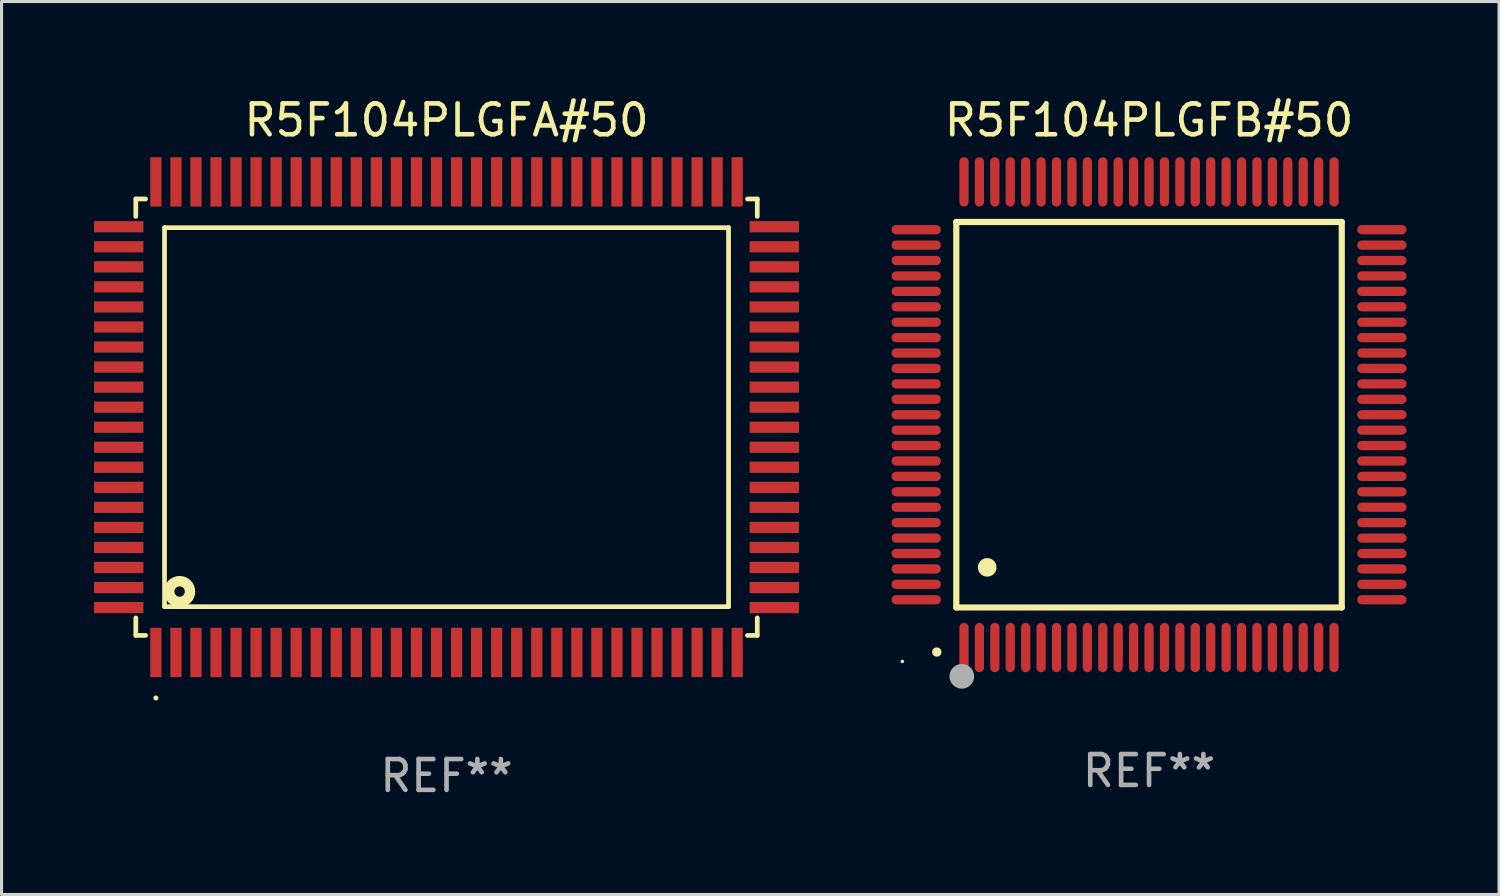
<source format=kicad_pcb>
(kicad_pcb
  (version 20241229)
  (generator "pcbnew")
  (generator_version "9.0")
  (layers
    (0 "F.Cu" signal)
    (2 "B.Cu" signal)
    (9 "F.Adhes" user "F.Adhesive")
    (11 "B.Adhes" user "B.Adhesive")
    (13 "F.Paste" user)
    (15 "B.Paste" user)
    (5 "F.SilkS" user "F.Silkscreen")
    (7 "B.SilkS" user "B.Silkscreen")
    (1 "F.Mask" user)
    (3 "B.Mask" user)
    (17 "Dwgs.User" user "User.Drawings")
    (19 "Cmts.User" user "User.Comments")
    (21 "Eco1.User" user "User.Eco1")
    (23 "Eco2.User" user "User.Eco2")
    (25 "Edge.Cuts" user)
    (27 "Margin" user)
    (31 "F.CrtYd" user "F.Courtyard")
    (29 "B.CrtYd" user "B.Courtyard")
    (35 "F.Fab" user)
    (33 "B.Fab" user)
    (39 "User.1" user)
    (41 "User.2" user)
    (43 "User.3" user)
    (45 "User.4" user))
  (footprint "R5F104PLGFA#50"
    (layer "F.Cu")
    (at 11.43 10.478)
    (property "Reference" "R5F104PLGFA#50" (at 0 -9.63 0) (layer "F.SilkS") (effects (font (size 1 1) (thickness 0.15))))
    (attr through_hole)
    (fp_line (start -10.076 -7.076) (end -10.076 -6.509) (stroke (width 0.152) (type solid)) (layer "F.SilkS"))
    (fp_line (start -10.076 7.076) (end -10.076 6.509) (stroke (width 0.152) (type solid)) (layer "F.SilkS"))
    (fp_line (start -9.759 -7.076) (end -10.076 -7.076) (stroke (width 0.152) (type solid)) (layer "F.SilkS"))
    (fp_line (start -9.759 7.076) (end -10.076 7.076) (stroke (width 0.152) (type solid)) (layer "F.SilkS"))
    (fp_line (start -9.145 -6.145) (end 9.145 -6.145) (stroke (width 0.152) (type solid)) (layer "F.SilkS"))
    (fp_line (start -9.145 6.145) (end -9.145 -6.145) (stroke (width 0.152) (type solid)) (layer "F.SilkS"))
    (fp_line (start 9.145 -6.145) (end 9.145 6.145) (stroke (width 0.152) (type solid)) (layer "F.SilkS"))
    (fp_line (start 9.145 6.145) (end -9.145 6.145) (stroke (width 0.152) (type solid)) (layer "F.SilkS"))
    (fp_line (start 9.759 -7.076) (end 10.076 -7.076) (stroke (width 0.152) (type solid)) (layer "F.SilkS"))
    (fp_line (start 9.759 7.076) (end 10.076 7.076) (stroke (width 0.152) (type solid)) (layer "F.SilkS"))
    (fp_line (start 10.076 -7.076) (end 10.076 -6.509) (stroke (width 0.152) (type solid)) (layer "F.SilkS"))
    (fp_line (start 10.076 7.076) (end 10.076 6.509) (stroke (width 0.152) (type solid)) (layer "F.SilkS"))
    (fp_circle (center -9.425 9.105) (end -9.384 9.105) (stroke (width 0.081) (type solid)) (fill no) (layer "F.SilkS"))
    (fp_circle (center -8.655 5.655) (end -8.487 5.655) (stroke (width 0.338) (type solid)) (fill no) (layer "F.SilkS"))
    (fp_text user "REF**" (at 0 11.63 0) (layer "F.Fab") (effects (font (size 1 1) (thickness 0.15))))
    (pad "1" smd rect (at -9.425 7.63) (size 0.364 1.6) (layers "F.Cu" "F.Mask" "F.Paste"))
    (pad "2" smd rect (at -8.775 7.63) (size 0.364 1.6) (layers "F.Cu" "F.Mask" "F.Paste"))
    (pad "3" smd rect (at -8.125 7.63) (size 0.364 1.6) (layers "F.Cu" "F.Mask" "F.Paste"))
    (pad "4" smd rect (at -7.475 7.63) (size 0.364 1.6) (layers "F.Cu" "F.Mask" "F.Paste"))
    (pad "5" smd rect (at -6.825 7.63) (size 0.364 1.6) (layers "F.Cu" "F.Mask" "F.Paste"))
    (pad "6" smd rect (at -6.175 7.63) (size 0.364 1.6) (layers "F.Cu" "F.Mask" "F.Paste"))
    (pad "7" smd rect (at -5.525 7.63) (size 0.364 1.6) (layers "F.Cu" "F.Mask" "F.Paste"))
    (pad "8" smd rect (at -4.875 7.63) (size 0.364 1.6) (layers "F.Cu" "F.Mask" "F.Paste"))
    (pad "9" smd rect (at -4.225 7.63) (size 0.364 1.6) (layers "F.Cu" "F.Mask" "F.Paste"))
    (pad "10" smd rect (at -3.575 7.63) (size 0.364 1.6) (layers "F.Cu" "F.Mask" "F.Paste"))
    (pad "11" smd rect (at -2.925 7.63) (size 0.364 1.6) (layers "F.Cu" "F.Mask" "F.Paste"))
    (pad "12" smd rect (at -2.275 7.63) (size 0.364 1.6) (layers "F.Cu" "F.Mask" "F.Paste"))
    (pad "13" smd rect (at -1.625 7.63) (size 0.364 1.6) (layers "F.Cu" "F.Mask" "F.Paste"))
    (pad "14" smd rect (at -0.975 7.63) (size 0.364 1.6) (layers "F.Cu" "F.Mask" "F.Paste"))
    (pad "15" smd rect (at -0.325 7.63) (size 0.364 1.6) (layers "F.Cu" "F.Mask" "F.Paste"))
    (pad "16" smd rect (at 0.325 7.63) (size 0.364 1.6) (layers "F.Cu" "F.Mask" "F.Paste"))
    (pad "17" smd rect (at 0.975 7.63) (size 0.364 1.6) (layers "F.Cu" "F.Mask" "F.Paste"))
    (pad "18" smd rect (at 1.625 7.63) (size 0.364 1.6) (layers "F.Cu" "F.Mask" "F.Paste"))
    (pad "19" smd rect (at 2.275 7.63) (size 0.364 1.6) (layers "F.Cu" "F.Mask" "F.Paste"))
    (pad "20" smd rect (at 2.925 7.63) (size 0.364 1.6) (layers "F.Cu" "F.Mask" "F.Paste"))
    (pad "21" smd rect (at 3.575 7.63) (size 0.364 1.6) (layers "F.Cu" "F.Mask" "F.Paste"))
    (pad "22" smd rect (at 4.225 7.63) (size 0.364 1.6) (layers "F.Cu" "F.Mask" "F.Paste"))
    (pad "23" smd rect (at 4.875 7.63) (size 0.364 1.6) (layers "F.Cu" "F.Mask" "F.Paste"))
    (pad "24" smd rect (at 5.525 7.63) (size 0.364 1.6) (layers "F.Cu" "F.Mask" "F.Paste"))
    (pad "25" smd rect (at 6.175 7.63) (size 0.364 1.6) (layers "F.Cu" "F.Mask" "F.Paste"))
    (pad "26" smd rect (at 6.825 7.63) (size 0.364 1.6) (layers "F.Cu" "F.Mask" "F.Paste"))
    (pad "27" smd rect (at 7.475 7.63) (size 0.364 1.6) (layers "F.Cu" "F.Mask" "F.Paste"))
    (pad "28" smd rect (at 8.125 7.63) (size 0.364 1.6) (layers "F.Cu" "F.Mask" "F.Paste"))
    (pad "29" smd rect (at 8.775 7.63) (size 0.364 1.6) (layers "F.Cu" "F.Mask" "F.Paste"))
    (pad "30" smd rect (at 9.425 7.63) (size 0.364 1.6) (layers "F.Cu" "F.Mask" "F.Paste"))
    (pad "31" smd rect (at 10.63 6.175) (size 1.6 0.364) (layers "F.Cu" "F.Mask" "F.Paste"))
    (pad "32" smd rect (at 10.63 5.525) (size 1.6 0.364) (layers "F.Cu" "F.Mask" "F.Paste"))
    (pad "33" smd rect (at 10.63 4.875) (size 1.6 0.364) (layers "F.Cu" "F.Mask" "F.Paste"))
    (pad "34" smd rect (at 10.63 4.225) (size 1.6 0.364) (layers "F.Cu" "F.Mask" "F.Paste"))
    (pad "35" smd rect (at 10.63 3.575) (size 1.6 0.364) (layers "F.Cu" "F.Mask" "F.Paste"))
    (pad "36" smd rect (at 10.63 2.925) (size 1.6 0.364) (layers "F.Cu" "F.Mask" "F.Paste"))
    (pad "37" smd rect (at 10.63 2.275) (size 1.6 0.364) (layers "F.Cu" "F.Mask" "F.Paste"))
    (pad "38" smd rect (at 10.63 1.625) (size 1.6 0.364) (layers "F.Cu" "F.Mask" "F.Paste"))
    (pad "39" smd rect (at 10.63 0.975) (size 1.6 0.364) (layers "F.Cu" "F.Mask" "F.Paste"))
    (pad "40" smd rect (at 10.63 0.325) (size 1.6 0.364) (layers "F.Cu" "F.Mask" "F.Paste"))
    (pad "41" smd rect (at 10.63 -0.325) (size 1.6 0.364) (layers "F.Cu" "F.Mask" "F.Paste"))
    (pad "42" smd rect (at 10.63 -0.975) (size 1.6 0.364) (layers "F.Cu" "F.Mask" "F.Paste"))
    (pad "43" smd rect (at 10.63 -1.625) (size 1.6 0.364) (layers "F.Cu" "F.Mask" "F.Paste"))
    (pad "44" smd rect (at 10.63 -2.275) (size 1.6 0.364) (layers "F.Cu" "F.Mask" "F.Paste"))
    (pad "45" smd rect (at 10.63 -2.925) (size 1.6 0.364) (layers "F.Cu" "F.Mask" "F.Paste"))
    (pad "46" smd rect (at 10.63 -3.575) (size 1.6 0.364) (layers "F.Cu" "F.Mask" "F.Paste"))
    (pad "47" smd rect (at 10.63 -4.225) (size 1.6 0.364) (layers "F.Cu" "F.Mask" "F.Paste"))
    (pad "48" smd rect (at 10.63 -4.875) (size 1.6 0.364) (layers "F.Cu" "F.Mask" "F.Paste"))
    (pad "49" smd rect (at 10.63 -5.525) (size 1.6 0.364) (layers "F.Cu" "F.Mask" "F.Paste"))
    (pad "50" smd rect (at 10.63 -6.175) (size 1.6 0.364) (layers "F.Cu" "F.Mask" "F.Paste"))
    (pad "51" smd rect (at 9.425 -7.63) (size 0.364 1.6) (layers "F.Cu" "F.Mask" "F.Paste"))
    (pad "52" smd rect (at 8.775 -7.63) (size 0.364 1.6) (layers "F.Cu" "F.Mask" "F.Paste"))
    (pad "53" smd rect (at 8.125 -7.63) (size 0.364 1.6) (layers "F.Cu" "F.Mask" "F.Paste"))
    (pad "54" smd rect (at 7.475 -7.63) (size 0.364 1.6) (layers "F.Cu" "F.Mask" "F.Paste"))
    (pad "55" smd rect (at 6.825 -7.63) (size 0.364 1.6) (layers "F.Cu" "F.Mask" "F.Paste"))
    (pad "56" smd rect (at 6.175 -7.63) (size 0.364 1.6) (layers "F.Cu" "F.Mask" "F.Paste"))
    (pad "57" smd rect (at 5.525 -7.63) (size 0.364 1.6) (layers "F.Cu" "F.Mask" "F.Paste"))
    (pad "58" smd rect (at 4.875 -7.63) (size 0.364 1.6) (layers "F.Cu" "F.Mask" "F.Paste"))
    (pad "59" smd rect (at 4.225 -7.63) (size 0.364 1.6) (layers "F.Cu" "F.Mask" "F.Paste"))
    (pad "60" smd rect (at 3.575 -7.63) (size 0.364 1.6) (layers "F.Cu" "F.Mask" "F.Paste"))
    (pad "61" smd rect (at 2.925 -7.63) (size 0.364 1.6) (layers "F.Cu" "F.Mask" "F.Paste"))
    (pad "62" smd rect (at 2.275 -7.63) (size 0.364 1.6) (layers "F.Cu" "F.Mask" "F.Paste"))
    (pad "63" smd rect (at 1.625 -7.63) (size 0.364 1.6) (layers "F.Cu" "F.Mask" "F.Paste"))
    (pad "64" smd rect (at 0.975 -7.63) (size 0.364 1.6) (layers "F.Cu" "F.Mask" "F.Paste"))
    (pad "65" smd rect (at 0.325 -7.63) (size 0.364 1.6) (layers "F.Cu" "F.Mask" "F.Paste"))
    (pad "66" smd rect (at -0.325 -7.63) (size 0.364 1.6) (layers "F.Cu" "F.Mask" "F.Paste"))
    (pad "67" smd rect (at -0.975 -7.63) (size 0.364 1.6) (layers "F.Cu" "F.Mask" "F.Paste"))
    (pad "68" smd rect (at -1.625 -7.63) (size 0.364 1.6) (layers "F.Cu" "F.Mask" "F.Paste"))
    (pad "69" smd rect (at -2.275 -7.63) (size 0.364 1.6) (layers "F.Cu" "F.Mask" "F.Paste"))
    (pad "70" smd rect (at -2.925 -7.63) (size 0.364 1.6) (layers "F.Cu" "F.Mask" "F.Paste"))
    (pad "71" smd rect (at -3.575 -7.63) (size 0.364 1.6) (layers "F.Cu" "F.Mask" "F.Paste"))
    (pad "72" smd rect (at -4.225 -7.63) (size 0.364 1.6) (layers "F.Cu" "F.Mask" "F.Paste"))
    (pad "73" smd rect (at -4.875 -7.63) (size 0.364 1.6) (layers "F.Cu" "F.Mask" "F.Paste"))
    (pad "74" smd rect (at -5.525 -7.63) (size 0.364 1.6) (layers "F.Cu" "F.Mask" "F.Paste"))
    (pad "75" smd rect (at -6.175 -7.63) (size 0.364 1.6) (layers "F.Cu" "F.Mask" "F.Paste"))
    (pad "76" smd rect (at -6.825 -7.63) (size 0.364 1.6) (layers "F.Cu" "F.Mask" "F.Paste"))
    (pad "77" smd rect (at -7.475 -7.63) (size 0.364 1.6) (layers "F.Cu" "F.Mask" "F.Paste"))
    (pad "78" smd rect (at -8.125 -7.63) (size 0.364 1.6) (layers "F.Cu" "F.Mask" "F.Paste"))
    (pad "79" smd rect (at -8.775 -7.63) (size 0.364 1.6) (layers "F.Cu" "F.Mask" "F.Paste"))
    (pad "80" smd rect (at -9.425 -7.63) (size 0.364 1.6) (layers "F.Cu" "F.Mask" "F.Paste"))
    (pad "81" smd rect (at -10.63 -6.175) (size 1.6 0.364) (layers "F.Cu" "F.Mask" "F.Paste"))
    (pad "82" smd rect (at -10.63 -5.525) (size 1.6 0.364) (layers "F.Cu" "F.Mask" "F.Paste"))
    (pad "83" smd rect (at -10.63 -4.875) (size 1.6 0.364) (layers "F.Cu" "F.Mask" "F.Paste"))
    (pad "84" smd rect (at -10.63 -4.225) (size 1.6 0.364) (layers "F.Cu" "F.Mask" "F.Paste"))
    (pad "85" smd rect (at -10.63 -3.575) (size 1.6 0.364) (layers "F.Cu" "F.Mask" "F.Paste"))
    (pad "86" smd rect (at -10.63 -2.925) (size 1.6 0.364) (layers "F.Cu" "F.Mask" "F.Paste"))
    (pad "87" smd rect (at -10.63 -2.275) (size 1.6 0.364) (layers "F.Cu" "F.Mask" "F.Paste"))
    (pad "88" smd rect (at -10.63 -1.625) (size 1.6 0.364) (layers "F.Cu" "F.Mask" "F.Paste"))
    (pad "89" smd rect (at -10.63 -0.975) (size 1.6 0.364) (layers "F.Cu" "F.Mask" "F.Paste"))
    (pad "90" smd rect (at -10.63 -0.325) (size 1.6 0.364) (layers "F.Cu" "F.Mask" "F.Paste"))
    (pad "91" smd rect (at -10.63 0.325) (size 1.6 0.364) (layers "F.Cu" "F.Mask" "F.Paste"))
    (pad "92" smd rect (at -10.63 0.975) (size 1.6 0.364) (layers "F.Cu" "F.Mask" "F.Paste"))
    (pad "93" smd rect (at -10.63 1.625) (size 1.6 0.364) (layers "F.Cu" "F.Mask" "F.Paste"))
    (pad "94" smd rect (at -10.63 2.275) (size 1.6 0.364) (layers "F.Cu" "F.Mask" "F.Paste"))
    (pad "95" smd rect (at -10.63 2.925) (size 1.6 0.364) (layers "F.Cu" "F.Mask" "F.Paste"))
    (pad "96" smd rect (at -10.63 3.575) (size 1.6 0.364) (layers "F.Cu" "F.Mask" "F.Paste"))
    (pad "97" smd rect (at -10.63 4.225) (size 1.6 0.364) (layers "F.Cu" "F.Mask" "F.Paste"))
    (pad "98" smd rect (at -10.63 4.875) (size 1.6 0.364) (layers "F.Cu" "F.Mask" "F.Paste"))
    (pad "99" smd rect (at -10.63 5.525) (size 1.6 0.364) (layers "F.Cu" "F.Mask" "F.Paste"))
    (pad "100" smd rect (at -10.63 6.175) (size 1.6 0.364) (layers "F.Cu" "F.Mask" "F.Paste")))
  (footprint "R5F104PLGFB#50"
    (layer "F.Cu")
    (at 34.21 10.398)
    (property "Reference" "R5F104PLGFB#50" (at 0 -9.55 0) (layer "F.SilkS") (effects (font (size 1 1) (thickness 0.15))))
    (attr through_hole)
    (fp_line (start -6.25 -6.25) (end -6.25 6.25) (stroke (width 0.2) (type solid)) (layer "F.SilkS"))
    (fp_line (start -6.25 6.25) (end 6.25 6.25) (stroke (width 0.2) (type solid)) (layer "F.SilkS"))
    (fp_line (start 6.25 -6.25) (end -6.25 -6.25) (stroke (width 0.2) (type solid)) (layer "F.SilkS"))
    (fp_line (start 6.25 6.25) (end 6.25 -6.25) (stroke (width 0.2) (type solid)) (layer "F.SilkS"))
    (fp_arc (start -6.883414 7.696215) (mid -6.882144 7.69621) (end -6.880874 7.696215) (stroke (width 0.3) (type solid)) (layer "F.SilkS"))
    (fp_arc (start -5.250191 4.95047) (mid -5.247651 4.950459) (end -5.245111 4.95047) (stroke (width 0.6) (type solid)) (layer "F.SilkS"))
    (fp_circle (center -8 8) (end -7.97 8) (stroke (width 0.06) (type solid)) (fill no) (layer "F.SilkS"))
    (fp_circle (center -6.071 8.484) (end -5.871 8.484) (stroke (width 0.4) (type solid)) (fill no) (layer "F.Fab"))
    (fp_text user "REF**" (at 0 11.55 0) (layer "F.Fab") (effects (font (size 1 1) (thickness 0.15))))
    (pad "1" smd oval (at -6 7.55) (size 0.3 1.6) (layers "F.Cu" "F.Mask" "F.Paste"))
    (pad "2" smd oval (at -5.5 7.55) (size 0.3 1.6) (layers "F.Cu" "F.Mask" "F.Paste"))
    (pad "3" smd oval (at -5 7.55) (size 0.3 1.6) (layers "F.Cu" "F.Mask" "F.Paste"))
    (pad "4" smd oval (at -4.5 7.55) (size 0.3 1.6) (layers "F.Cu" "F.Mask" "F.Paste"))
    (pad "5" smd oval (at -4 7.55) (size 0.3 1.6) (layers "F.Cu" "F.Mask" "F.Paste"))
    (pad "6" smd oval (at -3.5 7.55) (size 0.3 1.6) (layers "F.Cu" "F.Mask" "F.Paste"))
    (pad "7" smd oval (at -3 7.55) (size 0.3 1.6) (layers "F.Cu" "F.Mask" "F.Paste"))
    (pad "8" smd oval (at -2.5 7.55) (size 0.3 1.6) (layers "F.Cu" "F.Mask" "F.Paste"))
    (pad "9" smd oval (at -2 7.55) (size 0.3 1.6) (layers "F.Cu" "F.Mask" "F.Paste"))
    (pad "10" smd oval (at -1.5 7.55) (size 0.3 1.6) (layers "F.Cu" "F.Mask" "F.Paste"))
    (pad "11" smd oval (at -1 7.55) (size 0.3 1.6) (layers "F.Cu" "F.Mask" "F.Paste"))
    (pad "12" smd oval (at -0.5 7.55) (size 0.3 1.6) (layers "F.Cu" "F.Mask" "F.Paste"))
    (pad "13" smd oval (at 0 7.55) (size 0.3 1.6) (layers "F.Cu" "F.Mask" "F.Paste"))
    (pad "14" smd oval (at 0.5 7.55) (size 0.3 1.6) (layers "F.Cu" "F.Mask" "F.Paste"))
    (pad "15" smd oval (at 1 7.55) (size 0.3 1.6) (layers "F.Cu" "F.Mask" "F.Paste"))
    (pad "16" smd oval (at 1.5 7.55) (size 0.3 1.6) (layers "F.Cu" "F.Mask" "F.Paste"))
    (pad "17" smd oval (at 2 7.55) (size 0.3 1.6) (layers "F.Cu" "F.Mask" "F.Paste"))
    (pad "18" smd oval (at 2.5 7.55) (size 0.3 1.6) (layers "F.Cu" "F.Mask" "F.Paste"))
    (pad "19" smd oval (at 3 7.55) (size 0.3 1.6) (layers "F.Cu" "F.Mask" "F.Paste"))
    (pad "20" smd oval (at 3.5 7.55) (size 0.3 1.6) (layers "F.Cu" "F.Mask" "F.Paste"))
    (pad "21" smd oval (at 4 7.55) (size 0.3 1.6) (layers "F.Cu" "F.Mask" "F.Paste"))
    (pad "22" smd oval (at 4.5 7.55) (size 0.3 1.6) (layers "F.Cu" "F.Mask" "F.Paste"))
    (pad "23" smd oval (at 5 7.55) (size 0.3 1.6) (layers "F.Cu" "F.Mask" "F.Paste"))
    (pad "24" smd oval (at 5.5 7.55) (size 0.3 1.6) (layers "F.Cu" "F.Mask" "F.Paste"))
    (pad "25" smd oval (at 6 7.55) (size 0.3 1.6) (layers "F.Cu" "F.Mask" "F.Paste"))
    (pad "26" smd oval (at 7.55 6) (size 1.6 0.3) (layers "F.Cu" "F.Mask" "F.Paste"))
    (pad "27" smd oval (at 7.55 5.5) (size 1.6 0.3) (layers "F.Cu" "F.Mask" "F.Paste"))
    (pad "28" smd oval (at 7.55 5) (size 1.6 0.3) (layers "F.Cu" "F.Mask" "F.Paste"))
    (pad "29" smd oval (at 7.55 4.5) (size 1.6 0.3) (layers "F.Cu" "F.Mask" "F.Paste"))
    (pad "30" smd oval (at 7.55 4) (size 1.6 0.3) (layers "F.Cu" "F.Mask" "F.Paste"))
    (pad "31" smd oval (at 7.55 3.5) (size 1.6 0.3) (layers "F.Cu" "F.Mask" "F.Paste"))
    (pad "32" smd oval (at 7.55 3) (size 1.6 0.3) (layers "F.Cu" "F.Mask" "F.Paste"))
    (pad "33" smd oval (at 7.55 2.5) (size 1.6 0.3) (layers "F.Cu" "F.Mask" "F.Paste"))
    (pad "34" smd oval (at 7.55 2) (size 1.6 0.3) (layers "F.Cu" "F.Mask" "F.Paste"))
    (pad "35" smd oval (at 7.55 1.5) (size 1.6 0.3) (layers "F.Cu" "F.Mask" "F.Paste"))
    (pad "36" smd oval (at 7.55 1) (size 1.6 0.3) (layers "F.Cu" "F.Mask" "F.Paste"))
    (pad "37" smd oval (at 7.55 0.5) (size 1.6 0.3) (layers "F.Cu" "F.Mask" "F.Paste"))
    (pad "38" smd oval (at 7.55 0) (size 1.6 0.3) (layers "F.Cu" "F.Mask" "F.Paste"))
    (pad "39" smd oval (at 7.55 -0.5) (size 1.6 0.3) (layers "F.Cu" "F.Mask" "F.Paste"))
    (pad "40" smd oval (at 7.55 -1) (size 1.6 0.3) (layers "F.Cu" "F.Mask" "F.Paste"))
    (pad "41" smd oval (at 7.55 -1.5) (size 1.6 0.3) (layers "F.Cu" "F.Mask" "F.Paste"))
    (pad "42" smd oval (at 7.55 -2) (size 1.6 0.3) (layers "F.Cu" "F.Mask" "F.Paste"))
    (pad "43" smd oval (at 7.55 -2.5) (size 1.6 0.3) (layers "F.Cu" "F.Mask" "F.Paste"))
    (pad "44" smd oval (at 7.55 -3) (size 1.6 0.3) (layers "F.Cu" "F.Mask" "F.Paste"))
    (pad "45" smd oval (at 7.55 -3.5) (size 1.6 0.3) (layers "F.Cu" "F.Mask" "F.Paste"))
    (pad "46" smd oval (at 7.55 -4) (size 1.6 0.3) (layers "F.Cu" "F.Mask" "F.Paste"))
    (pad "47" smd oval (at 7.55 -4.5) (size 1.6 0.3) (layers "F.Cu" "F.Mask" "F.Paste"))
    (pad "48" smd oval (at 7.55 -5) (size 1.6 0.3) (layers "F.Cu" "F.Mask" "F.Paste"))
    (pad "49" smd oval (at 7.55 -5.5) (size 1.6 0.3) (layers "F.Cu" "F.Mask" "F.Paste"))
    (pad "50" smd oval (at 7.55 -6) (size 1.6 0.3) (layers "F.Cu" "F.Mask" "F.Paste"))
    (pad "51" smd oval (at 6 -7.55) (size 0.3 1.6) (layers "F.Cu" "F.Mask" "F.Paste"))
    (pad "52" smd oval (at 5.5 -7.55) (size 0.3 1.6) (layers "F.Cu" "F.Mask" "F.Paste"))
    (pad "53" smd oval (at 5 -7.55) (size 0.3 1.6) (layers "F.Cu" "F.Mask" "F.Paste"))
    (pad "54" smd oval (at 4.5 -7.55) (size 0.3 1.6) (layers "F.Cu" "F.Mask" "F.Paste"))
    (pad "55" smd oval (at 4 -7.55) (size 0.3 1.6) (layers "F.Cu" "F.Mask" "F.Paste"))
    (pad "56" smd oval (at 3.5 -7.55) (size 0.3 1.6) (layers "F.Cu" "F.Mask" "F.Paste"))
    (pad "57" smd oval (at 3 -7.55) (size 0.3 1.6) (layers "F.Cu" "F.Mask" "F.Paste"))
    (pad "58" smd oval (at 2.5 -7.55) (size 0.3 1.6) (layers "F.Cu" "F.Mask" "F.Paste"))
    (pad "59" smd oval (at 2 -7.55) (size 0.3 1.6) (layers "F.Cu" "F.Mask" "F.Paste"))
    (pad "60" smd oval (at 1.5 -7.55) (size 0.3 1.6) (layers "F.Cu" "F.Mask" "F.Paste"))
    (pad "61" smd oval (at 1 -7.55) (size 0.3 1.6) (layers "F.Cu" "F.Mask" "F.Paste"))
    (pad "62" smd oval (at 0.5 -7.55) (size 0.3 1.6) (layers "F.Cu" "F.Mask" "F.Paste"))
    (pad "63" smd oval (at 0 -7.55) (size 0.3 1.6) (layers "F.Cu" "F.Mask" "F.Paste"))
    (pad "64" smd oval (at -0.5 -7.55) (size 0.3 1.6) (layers "F.Cu" "F.Mask" "F.Paste"))
    (pad "65" smd oval (at -1 -7.55) (size 0.3 1.6) (layers "F.Cu" "F.Mask" "F.Paste"))
    (pad "66" smd oval (at -1.5 -7.55) (size 0.3 1.6) (layers "F.Cu" "F.Mask" "F.Paste"))
    (pad "67" smd oval (at -2 -7.55) (size 0.3 1.6) (layers "F.Cu" "F.Mask" "F.Paste"))
    (pad "68" smd oval (at -2.5 -7.55) (size 0.3 1.6) (layers "F.Cu" "F.Mask" "F.Paste"))
    (pad "69" smd oval (at -3 -7.55) (size 0.3 1.6) (layers "F.Cu" "F.Mask" "F.Paste"))
    (pad "70" smd oval (at -3.5 -7.55) (size 0.3 1.6) (layers "F.Cu" "F.Mask" "F.Paste"))
    (pad "71" smd oval (at -4 -7.55) (size 0.3 1.6) (layers "F.Cu" "F.Mask" "F.Paste"))
    (pad "72" smd oval (at -4.5 -7.55) (size 0.3 1.6) (layers "F.Cu" "F.Mask" "F.Paste"))
    (pad "73" smd oval (at -5 -7.55) (size 0.3 1.6) (layers "F.Cu" "F.Mask" "F.Paste"))
    (pad "74" smd oval (at -5.5 -7.55) (size 0.3 1.6) (layers "F.Cu" "F.Mask" "F.Paste"))
    (pad "75" smd oval (at -6 -7.55) (size 0.3 1.6) (layers "F.Cu" "F.Mask" "F.Paste"))
    (pad "76" smd oval (at -7.55 -6) (size 1.6 0.3) (layers "F.Cu" "F.Mask" "F.Paste"))
    (pad "77" smd oval (at -7.55 -5.5) (size 1.6 0.3) (layers "F.Cu" "F.Mask" "F.Paste"))
    (pad "78" smd oval (at -7.55 -5) (size 1.6 0.3) (layers "F.Cu" "F.Mask" "F.Paste"))
    (pad "79" smd oval (at -7.55 -4.5) (size 1.6 0.3) (layers "F.Cu" "F.Mask" "F.Paste"))
    (pad "80" smd oval (at -7.55 -4) (size 1.6 0.3) (layers "F.Cu" "F.Mask" "F.Paste"))
    (pad "81" smd oval (at -7.55 -3.5) (size 1.6 0.3) (layers "F.Cu" "F.Mask" "F.Paste"))
    (pad "82" smd oval (at -7.55 -3) (size 1.6 0.3) (layers "F.Cu" "F.Mask" "F.Paste"))
    (pad "83" smd oval (at -7.55 -2.5) (size 1.6 0.3) (layers "F.Cu" "F.Mask" "F.Paste"))
    (pad "84" smd oval (at -7.55 -2) (size 1.6 0.3) (layers "F.Cu" "F.Mask" "F.Paste"))
    (pad "85" smd oval (at -7.55 -1.5) (size 1.6 0.3) (layers "F.Cu" "F.Mask" "F.Paste"))
    (pad "86" smd oval (at -7.55 -1) (size 1.6 0.3) (layers "F.Cu" "F.Mask" "F.Paste"))
    (pad "87" smd oval (at -7.55 -0.5) (size 1.6 0.3) (layers "F.Cu" "F.Mask" "F.Paste"))
    (pad "88" smd oval (at -7.55 0) (size 1.6 0.3) (layers "F.Cu" "F.Mask" "F.Paste"))
    (pad "89" smd oval (at -7.55 0.5) (size 1.6 0.3) (layers "F.Cu" "F.Mask" "F.Paste"))
    (pad "90" smd oval (at -7.55 1) (size 1.6 0.3) (layers "F.Cu" "F.Mask" "F.Paste"))
    (pad "91" smd oval (at -7.55 1.5) (size 1.6 0.3) (layers "F.Cu" "F.Mask" "F.Paste"))
    (pad "92" smd oval (at -7.55 2) (size 1.6 0.3) (layers "F.Cu" "F.Mask" "F.Paste"))
    (pad "93" smd oval (at -7.55 2.5) (size 1.6 0.3) (layers "F.Cu" "F.Mask" "F.Paste"))
    (pad "94" smd oval (at -7.55 3) (size 1.6 0.3) (layers "F.Cu" "F.Mask" "F.Paste"))
    (pad "95" smd oval (at -7.55 3.5) (size 1.6 0.3) (layers "F.Cu" "F.Mask" "F.Paste"))
    (pad "96" smd oval (at -7.55 4) (size 1.6 0.3) (layers "F.Cu" "F.Mask" "F.Paste"))
    (pad "97" smd oval (at -7.55 4.5) (size 1.6 0.3) (layers "F.Cu" "F.Mask" "F.Paste"))
    (pad "98" smd oval (at -7.55 5) (size 1.6 0.3) (layers "F.Cu" "F.Mask" "F.Paste"))
    (pad "99" smd oval (at -7.55 5.5) (size 1.6 0.3) (layers "F.Cu" "F.Mask" "F.Paste"))
    (pad "100" smd oval (at -7.55 6) (size 1.6 0.3) (layers "F.Cu" "F.Mask" "F.Paste")))
  (gr_rect
    (start -3 -3)
    (end 45.56 25.956)
    (stroke (width 0.1) (type default))
    (fill no)
    (layer "Edge.Cuts")))
</source>
